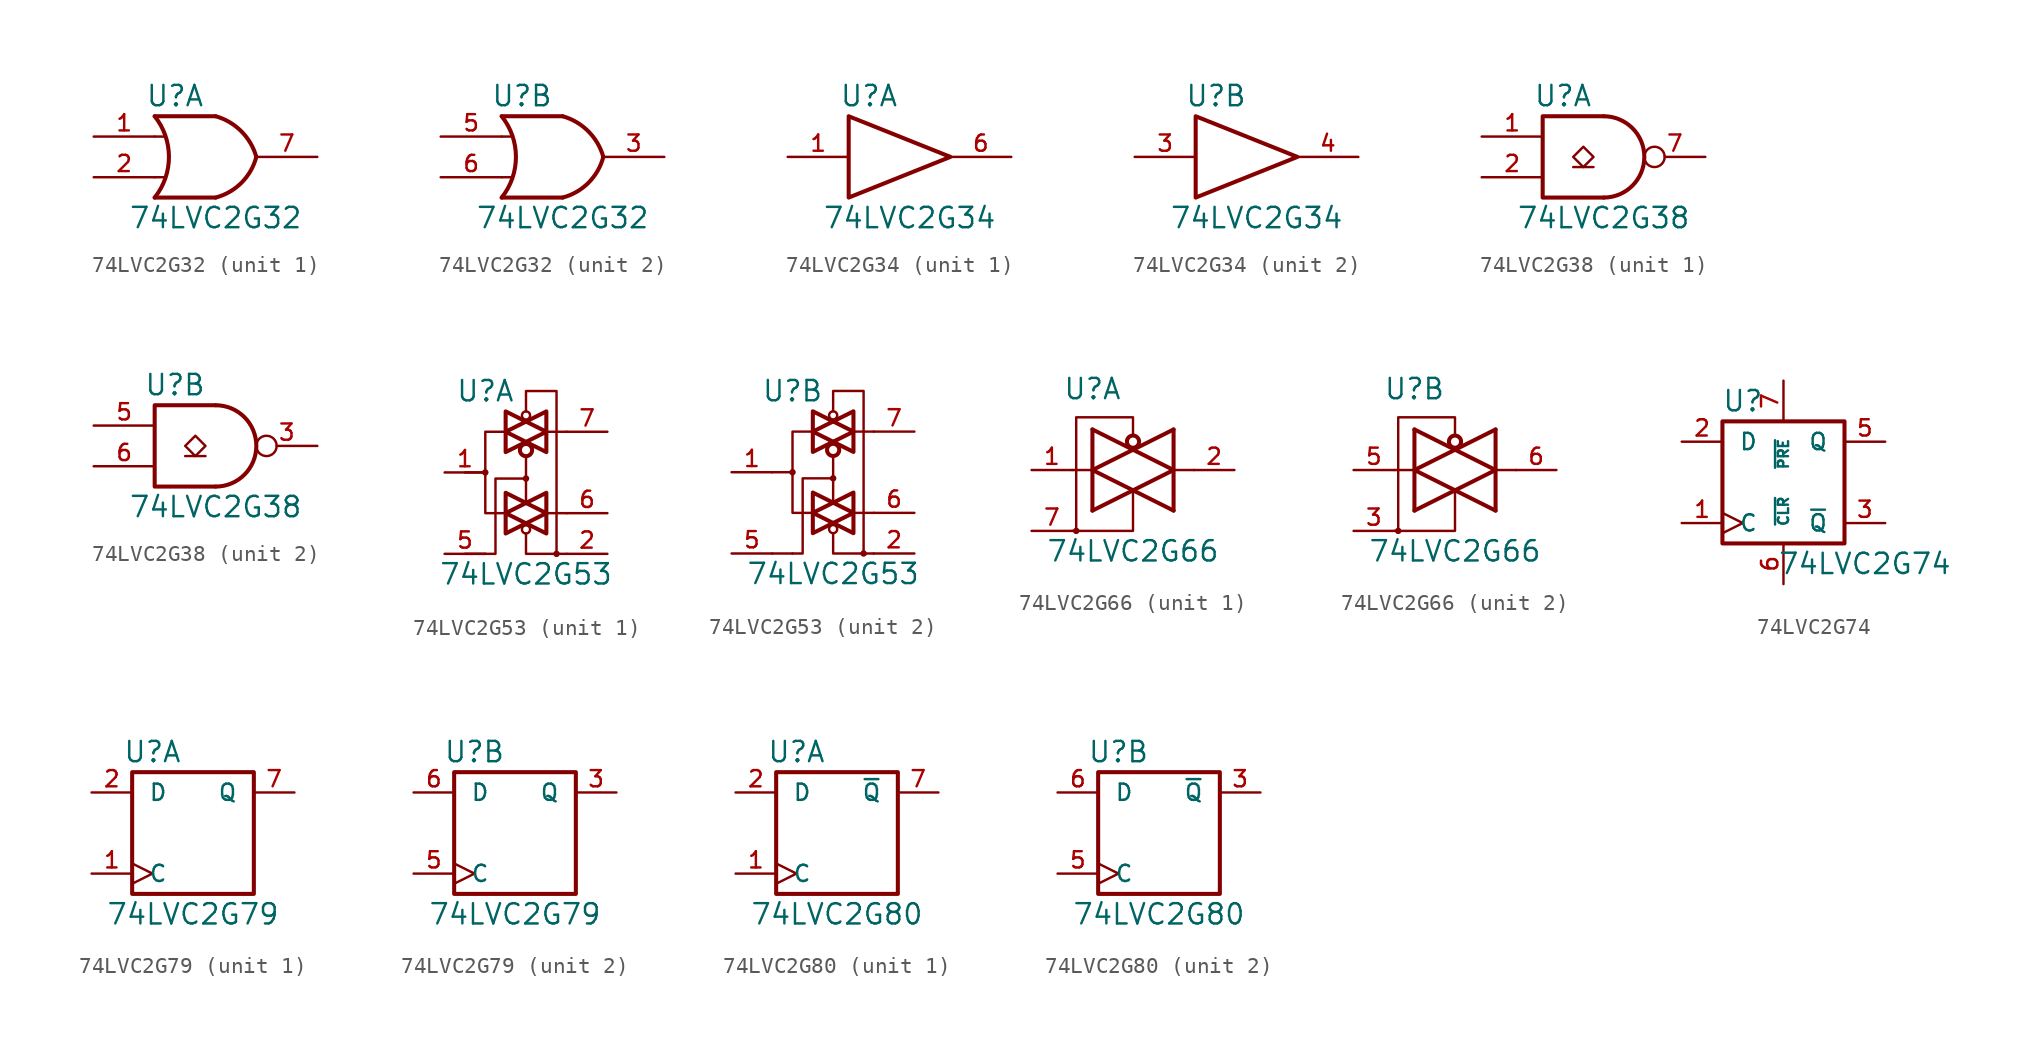
<source format=kicad_sym>
(kicad_symbol_lib
  (version 20200908)
  (generator kicad_symbol_editor)
  (symbol "74xGxx:74LVC2G32"
    (pin_names
      (offset 1.016))
    (property "Reference" "U"
      (at -2.54 3.81 0)
      (effects (font (size 1.27 1.27))))
    (property "Value" "74LVC2G32"
      (at 0 -3.81 0)
      (effects (font (size 1.27 1.27))))
    (symbol "74LVC2G32_0_1"
      (arc (start -3.81 2.54) (end -3.81 -2.54) (radius (at -6.985 0) (length 4.064) (angles 38.6 -38.6)) (stroke (width 0.254)) (fill (type none)))
      (arc (start 0 2.54) (end 2.54 0) (radius (at -0.9652 -0.9398) (length 3.6068) (angles 74.4 15)) (stroke (width 0.254)) (fill (type none)))
      (arc (start 0 -2.54) (end 2.54 0) (radius (at -0.9652 0.9398) (length 3.6068) (angles -74.4 -15)) (stroke (width 0.254)) (fill (type none)))
      (polyline (pts (xy -3.81 -1.27) (xy -3.175 -1.27)) (stroke (width 0)) (fill (type none)))
      (polyline (pts (xy -3.81 1.27) (xy -3.175 1.27)) (stroke (width 0)) (fill (type none)))
      (polyline (pts (xy 0 -2.54) (xy -3.81 -2.54)) (stroke (width 0.254)) (fill (type background)))
      (polyline (pts (xy 0 2.54) (xy -3.81 2.54)) (stroke (width 0.254)) (fill (type background)))
      (pin power_in line (at 0 -2.54 270) (length 0) hide (name "GND" (effects (font (size 1.016 1.016)))) (number "4" (effects (font (size 1.016 1.016)))))
      (pin power_in line (at 0 2.54 90) (length 0) hide (name "VCC" (effects (font (size 1.016 1.016)))) (number "8" (effects (font (size 1.016 1.016))))))
    (symbol "74LVC2G32_1_1"
      (pin input line (at -7.62 1.27 0) (length 3.81) (name "~" (effects (font (size 1.016 1.016)))) (number "1" (effects (font (size 1.016 1.016)))))
      (pin input line (at -7.62 -1.27 0) (length 3.81) (name "~" (effects (font (size 1.016 1.016)))) (number "2" (effects (font (size 1.016 1.016)))))
      (pin output line (at 6.35 0 180) (length 3.81) (name "~" (effects (font (size 1.016 1.016)))) (number "7" (effects (font (size 1.016 1.016))))))
    (symbol "74LVC2G32_2_1"
      (pin output line (at 6.35 0 180) (length 3.81) (name "~" (effects (font (size 1.016 1.016)))) (number "3" (effects (font (size 1.016 1.016)))))
      (pin input line (at -7.62 1.27 0) (length 3.81) (name "~" (effects (font (size 1.016 1.016)))) (number "5" (effects (font (size 1.016 1.016)))))
      (pin input line (at -7.62 -1.27 0) (length 3.81) (name "~" (effects (font (size 1.016 1.016)))) (number "6" (effects (font (size 1.016 1.016)))))))
  (symbol "74xGxx:74LVC2G34"
    (pin_names
      (offset 1.016))
    (property "Reference" "U"
      (at -2.54 3.81 0)
      (effects (font (size 1.27 1.27))))
    (property "Value" "74LVC2G34"
      (at 0 -3.81 0)
      (effects (font (size 1.27 1.27))))
    (symbol "74LVC2G34_0_1"
      (polyline (pts (xy -3.81 2.54) (xy -3.81 -2.54) (xy 2.54 0) (xy -3.81 2.54)) (stroke (width 0.254)) (fill (type none)))
      (pin power_in line (at 0 -2.54 270) (length 0) hide (name "GND" (effects (font (size 1.016 1.016)))) (number "2" (effects (font (size 1.016 1.016)))))
      (pin power_in line (at 0 2.54 90) (length 0) hide (name "VCC" (effects (font (size 1.016 1.016)))) (number "5" (effects (font (size 1.016 1.016))))))
    (symbol "74LVC2G34_1_1"
      (pin input line (at -7.62 0 0) (length 3.81) (name "~" (effects (font (size 1.016 1.016)))) (number "1" (effects (font (size 1.016 1.016)))))
      (pin output line (at 6.35 0 180) (length 3.81) (name "~" (effects (font (size 1.016 1.016)))) (number "6" (effects (font (size 1.016 1.016))))))
    (symbol "74LVC2G34_2_1"
      (pin input line (at -7.62 0 0) (length 3.81) (name "~" (effects (font (size 1.016 1.016)))) (number "3" (effects (font (size 1.016 1.016)))))
      (pin output line (at 6.35 0 180) (length 3.81) (name "~" (effects (font (size 1.016 1.016)))) (number "4" (effects (font (size 1.016 1.016)))))))
  (symbol "74xGxx:74LVC2G38"
    (pin_names
      (offset 1.016))
    (property "Reference" "U"
      (at -2.54 3.81 0)
      (effects (font (size 1.27 1.27))))
    (property "Value" "74LVC2G38"
      (at 0 -3.81 0)
      (effects (font (size 1.27 1.27))))
    (symbol "74LVC2G38_0_1"
      (arc (start 0 -2.54) (end 0 2.54) (radius (at 0 0) (length 2.54) (angles -89.9 89.9)) (stroke (width 0.254)) (fill (type none)))
      (polyline (pts (xy -1.905 -0.635) (xy -0.635 -0.635)) (stroke (width 0)) (fill (type none)))
      (polyline (pts (xy 0 -2.54) (xy -3.81 -2.54) (xy -3.81 2.54) (xy 0 2.54)) (stroke (width 0.254)) (fill (type none)))
      (polyline (pts (xy -1.27 0.635) (xy -1.905 0) (xy -1.27 -0.635) (xy -0.635 0) (xy -1.27 0.635)) (stroke (width 0)) (fill (type none)))
      (pin power_in line (at 0 -2.54 270) (length 0) hide (name "GND" (effects (font (size 1.016 1.016)))) (number "4" (effects (font (size 1.016 1.016)))))
      (pin power_in line (at 0 2.54 90) (length 0) hide (name "VCC" (effects (font (size 1.016 1.016)))) (number "8" (effects (font (size 1.016 1.016))))))
    (symbol "74LVC2G38_1_1"
      (pin input line (at -7.62 1.27 0) (length 3.81) (name "~" (effects (font (size 1.016 1.016)))) (number "1" (effects (font (size 1.016 1.016)))))
      (pin input line (at -7.62 -1.27 0) (length 3.81) (name "~" (effects (font (size 1.016 1.016)))) (number "2" (effects (font (size 1.016 1.016)))))
      (pin open_collector inverted (at 6.35 0 180) (length 3.81) (name "~" (effects (font (size 1.016 1.016)))) (number "7" (effects (font (size 1.016 1.016))))))
    (symbol "74LVC2G38_2_1"
      (pin open_collector inverted (at 6.35 0 180) (length 3.81) (name "~" (effects (font (size 1.016 1.016)))) (number "3" (effects (font (size 1.016 1.016)))))
      (pin input line (at -7.62 1.27 0) (length 3.81) (name "~" (effects (font (size 1.016 1.016)))) (number "5" (effects (font (size 1.016 1.016)))))
      (pin input line (at -7.62 -1.27 0) (length 3.81) (name "~" (effects (font (size 1.016 1.016)))) (number "6" (effects (font (size 1.016 1.016)))))))
  (symbol "74xGxx:74LVC2G53"
    (pin_names
      (offset 1.016))
    (property "Reference" "U"
      (at -2.54 5.08 0)
      (effects (font (size 1.27 1.27))))
    (property "Value" "74LVC2G53"
      (at 0 -6.35 0)
      (effects (font (size 1.27 1.27))))
    (symbol "74LVC2G53_0_1"
      (circle (center -2.54 0) (radius 0.127) (stroke (width 0)) (fill (type none)))
      (circle (center 0 -3.556) (radius 0.254) (stroke (width 0)) (fill (type none)))
      (circle (center 0 -0.381) (radius 0.127) (stroke (width 0)) (fill (type none)))
      (circle (center 0 1.397) (radius 0.381) (stroke (width 0.254)) (fill (type none)))
      (circle (center 0 3.556) (radius 0.254) (stroke (width 0)) (fill (type none)))
      (circle (center 1.905 -5.08) (radius 0.127) (stroke (width 0)) (fill (type none)))
      (polyline (pts (xy -3.81 -5.08) (xy -2.54 -5.08)) (stroke (width 0)) (fill (type none)))
      (polyline (pts (xy -3.81 0) (xy -2.54 0)) (stroke (width 0)) (fill (type none)))
      (polyline (pts (xy 2.54 -2.54) (xy 1.27 -2.54)) (stroke (width 0)) (fill (type none)))
      (polyline (pts (xy 2.54 2.54) (xy 1.27 2.54)) (stroke (width 0)) (fill (type none)))
      (polyline (pts (xy 0 -3.81) (xy 0 -5.08) (xy 2.54 -5.08)) (stroke (width 0)) (fill (type none)))
      (polyline (pts (xy 0 1.016) (xy 0 0) (xy 0 -1.905)) (stroke (width 0)) (fill (type none)))
      (polyline (pts (xy -1.27 -2.54) (xy 0 -3.175) (xy -1.27 -3.81) (xy -1.27 -2.54)) (stroke (width 0.254)) (fill (type none)))
      (polyline (pts (xy -1.27 -1.27) (xy -1.27 -2.54) (xy 0 -1.905) (xy -1.27 -1.27)) (stroke (width 0.254)) (fill (type none)))
      (polyline (pts (xy -1.27 2.54) (xy 0 1.905) (xy -1.27 1.27) (xy -1.27 2.54)) (stroke (width 0.254)) (fill (type none)))
      (polyline (pts (xy -1.27 3.81) (xy 0 3.175) (xy -1.27 2.54) (xy -1.27 3.81)) (stroke (width 0.254)) (fill (type none)))
      (polyline (pts (xy 0 -0.381) (xy -1.905 -0.381) (xy -1.905 -5.08) (xy -2.54 -5.08)) (stroke (width 0)) (fill (type none)))
      (polyline (pts (xy 1.27 -2.54) (xy 0 -3.175) (xy 1.27 -3.81) (xy 1.27 -2.54)) (stroke (width 0.254)) (fill (type none)))
      (polyline (pts (xy 1.27 -1.27) (xy 1.27 -2.54) (xy 0 -1.905) (xy 1.27 -1.27)) (stroke (width 0.254)) (fill (type none)))
      (polyline (pts (xy 1.27 2.54) (xy 1.27 1.27) (xy 0 1.905) (xy 1.27 2.54)) (stroke (width 0.254)) (fill (type none)))
      (polyline (pts (xy 1.27 2.54) (xy 1.27 3.81) (xy 0 3.175) (xy 1.27 2.54)) (stroke (width 0.254)) (fill (type none)))
      (polyline (pts (xy 1.905 -5.08) (xy 1.905 5.08) (xy 0 5.08) (xy 0 3.81)) (stroke (width 0)) (fill (type none)))
      (polyline (pts (xy -1.27 2.54) (xy -2.54 2.54) (xy -2.54 0) (xy -2.54 -2.54) (xy -1.27 -2.54)) (stroke (width 0)) (fill (type none)))
      (pin power_in line (at -1.27 -5.08 270) (length 0) hide (name "GND" (effects (font (size 1.016 1.016)))) (number "4" (effects (font (size 1.016 1.016)))))
      (pin power_in line (at 0 5.08 90) (length 0) hide (name "VCC" (effects (font (size 1.016 1.016)))) (number "8" (effects (font (size 1.016 1.016))))))
    (symbol "74LVC2G53_1_1"
      (pin bidirectional line (at -5.08 0 0) (length 2.54) (name "~" (effects (font (size 1.016 1.016)))) (number "1" (effects (font (size 1.016 1.016)))))
      (pin bidirectional line (at 5.08 -5.08 180) (length 2.54) (name "~" (effects (font (size 1.016 1.016)))) (number "2" (effects (font (size 1.016 1.016)))))
      (pin power_in line (at 1.27 -5.08 270) (length 0) hide (name "GND" (effects (font (size 1.016 1.016)))) (number "3" (effects (font (size 1.016 1.016)))))
      (pin input line (at -5.08 -5.08 0) (length 2.54) (name "~" (effects (font (size 1.016 1.016)))) (number "5" (effects (font (size 1.016 1.016)))))
      (pin bidirectional line (at 5.08 -2.54 180) (length 2.54) (name "~" (effects (font (size 1.016 1.016)))) (number "6" (effects (font (size 1.016 1.016)))))
      (pin bidirectional line (at 5.08 2.54 180) (length 2.54) (name "~" (effects (font (size 1.016 1.016)))) (number "7" (effects (font (size 1.016 1.016))))))
    (symbol "74LVC2G53_2_1"
      (pin bidirectional line (at -6.35 0 0) (length 2.54) (name "~" (effects (font (size 1.016 1.016)))) (number "1" (effects (font (size 1.016 1.016)))))
      (pin input line (at 5.08 -5.08 180) (length 2.54) (name "~" (effects (font (size 1.016 1.016)))) (number "2" (effects (font (size 1.016 1.016)))))
      (pin input line (at -6.35 -5.08 0) (length 2.54) (name "~" (effects (font (size 1.016 1.016)))) (number "5" (effects (font (size 1.016 1.016)))))
      (pin bidirectional line (at 5.08 -2.54 180) (length 2.54) (name "~" (effects (font (size 1.016 1.016)))) (number "6" (effects (font (size 1.016 1.016)))))
      (pin bidirectional line (at 5.08 2.54 180) (length 2.54) (name "~" (effects (font (size 1.016 1.016)))) (number "7" (effects (font (size 1.016 1.016)))))))
  (symbol "74xGxx:74LVC2G66"
    (pin_names
      (offset 1.016))
    (property "Reference" "U"
      (at -2.54 5.08 0)
      (effects (font (size 1.27 1.27))))
    (property "Value" "74LVC2G66"
      (at 0 -5.08 0)
      (effects (font (size 1.27 1.27))))
    (symbol "74LVC2G66_0_1"
      (circle (center -3.556 -3.81) (radius 0.127) (stroke (width 0)) (fill (type none)))
      (circle (center 0 1.778) (radius 0.381) (stroke (width 0.254)) (fill (type none)))
      (polyline (pts (xy -3.81 0) (xy -2.54 0)) (stroke (width 0)) (fill (type none)))
      (polyline (pts (xy -2.54 2.54) (xy -2.54 -2.54)) (stroke (width 0.254)) (fill (type none)))
      (polyline (pts (xy 2.54 0) (xy 3.81 0)) (stroke (width 0)) (fill (type none)))
      (polyline (pts (xy 2.54 2.54) (xy 2.54 -2.54)) (stroke (width 0.254)) (fill (type none)))
      (polyline (pts (xy -3.81 -3.81) (xy 0 -3.81) (xy 0 -1.27)) (stroke (width 0)) (fill (type none)))
      (polyline (pts (xy -2.54 -2.54) (xy 2.54 0) (xy -2.54 2.54)) (stroke (width 0.254)) (fill (type none)))
      (polyline (pts (xy 2.54 2.54) (xy -2.54 0) (xy 2.54 -2.54)) (stroke (width 0.254)) (fill (type none)))
      (polyline (pts (xy 0 2.159) (xy 0 3.302) (xy -3.556 3.302) (xy -3.556 -3.81)) (stroke (width 0)) (fill (type none)))
      (pin power_in line (at 1.27 -3.81 270) (length 0) hide (name "GND" (effects (font (size 1.016 1.016)))) (number "4" (effects (font (size 1.016 1.016)))))
      (pin power_in line (at 1.27 3.81 90) (length 0) hide (name "VCC" (effects (font (size 1.016 1.016)))) (number "8" (effects (font (size 1.016 1.016))))))
    (symbol "74LVC2G66_1_1"
      (pin input line (at -6.35 0 0) (length 2.54) (name "~" (effects (font (size 1.016 1.016)))) (number "1" (effects (font (size 1.016 1.016)))))
      (pin tri_state line (at 6.35 0 180) (length 2.54) (name "~" (effects (font (size 1.016 1.016)))) (number "2" (effects (font (size 1.016 1.016)))))
      (pin input line (at -6.35 -3.81 0) (length 2.54) (name "~" (effects (font (size 1.016 1.016)))) (number "7" (effects (font (size 1.016 1.016))))))
    (symbol "74LVC2G66_2_1"
      (pin input line (at -6.35 -3.81 0) (length 2.54) (name "~" (effects (font (size 1.016 1.016)))) (number "3" (effects (font (size 1.016 1.016)))))
      (pin input line (at -6.35 0 0) (length 2.54) (name "~" (effects (font (size 1.016 1.016)))) (number "5" (effects (font (size 1.016 1.016)))))
      (pin tri_state line (at 6.35 0 180) (length 2.54) (name "~" (effects (font (size 1.016 1.016)))) (number "6" (effects (font (size 1.016 1.016)))))))
  (symbol "74xGxx:74LVC2G74"
    (pin_names
      (offset 1.016))
    (property "Reference" "U"
      (at -2.54 5.08 0)
      (effects (font (size 1.27 1.27))))
    (property "Value" "74LVC2G74"
      (at 5.08 -5.08 0)
      (effects (font (size 1.27 1.27))))
    (symbol "74LVC2G74_0_1"
      (rectangle (start -3.81 3.81) (end 3.81 -3.81) (stroke (width 0.254)) (fill (type none))))
    (symbol "74LVC2G74_1_1"
      (pin input clock (at -6.35 -2.54 0) (length 2.54) (name "C" (effects (font (size 1.016 1.016)))) (number "1" (effects (font (size 1.016 1.016)))))
      (pin input line (at -6.35 2.54 0) (length 2.54) (name "D" (effects (font (size 1.016 1.016)))) (number "2" (effects (font (size 1.016 1.016)))))
      (pin output line (at 6.35 -2.54 180) (length 2.54) (name "~Q" (effects (font (size 1.016 1.016)))) (number "3" (effects (font (size 1.016 1.016)))))
      (pin power_in line (at -3.81 -3.81 270) (length 0) hide (name "GND" (effects (font (size 1.016 1.016)))) (number "4" (effects (font (size 1.016 1.016)))))
      (pin output line (at 6.35 2.54 180) (length 2.54) (name "Q" (effects (font (size 1.016 1.016)))) (number "5" (effects (font (size 1.016 1.016)))))
      (pin input line (at 0 -6.35 90) (length 2.54) (name "~CLR" (effects (font (size 0.635 0.635)))) (number "6" (effects (font (size 1.016 1.016)))))
      (pin input line (at 0 6.35 270) (length 2.54) (name "~PRE" (effects (font (size 0.635 0.635)))) (number "7" (effects (font (size 1.016 1.016)))))
      (pin power_in line (at -3.81 3.81 90) (length 0) hide (name "VCC" (effects (font (size 1.016 1.016)))) (number "8" (effects (font (size 1.016 1.016)))))))
  (symbol "74xGxx:74LVC2G79"
    (pin_names
      (offset 1.016))
    (property "Reference" "U"
      (at -2.54 5.08 0)
      (effects (font (size 1.27 1.27))))
    (property "Value" "74LVC2G79"
      (at 0 -5.08 0)
      (effects (font (size 1.27 1.27))))
    (symbol "74LVC2G79_0_1"
      (rectangle (start -3.81 3.81) (end 3.81 -3.81) (stroke (width 0.254)) (fill (type none)))
      (pin power_in line (at 0 -3.81 270) (length 0) hide (name "GND" (effects (font (size 1.016 1.016)))) (number "4" (effects (font (size 1.016 1.016)))))
      (pin power_in line (at 0 3.81 90) (length 0) hide (name "VCC" (effects (font (size 1.016 1.016)))) (number "8" (effects (font (size 1.016 1.016))))))
    (symbol "74LVC2G79_1_1"
      (pin input clock (at -6.35 -2.54 0) (length 2.54) (name "C" (effects (font (size 1.016 1.016)))) (number "1" (effects (font (size 1.016 1.016)))))
      (pin input line (at -6.35 2.54 0) (length 2.54) (name "D" (effects (font (size 1.016 1.016)))) (number "2" (effects (font (size 1.016 1.016)))))
      (pin output line (at 6.35 2.54 180) (length 2.54) (name "Q" (effects (font (size 1.016 1.016)))) (number "7" (effects (font (size 1.016 1.016))))))
    (symbol "74LVC2G79_2_1"
      (pin output line (at 6.35 2.54 180) (length 2.54) (name "Q" (effects (font (size 1.016 1.016)))) (number "3" (effects (font (size 1.016 1.016)))))
      (pin input clock (at -6.35 -2.54 0) (length 2.54) (name "C" (effects (font (size 1.016 1.016)))) (number "5" (effects (font (size 1.016 1.016)))))
      (pin input line (at -6.35 2.54 0) (length 2.54) (name "D" (effects (font (size 1.016 1.016)))) (number "6" (effects (font (size 1.016 1.016)))))))
  (symbol "74xGxx:74LVC2G80"
    (pin_names
      (offset 1.016))
    (property "Reference" "U"
      (at -2.54 5.08 0)
      (effects (font (size 1.27 1.27))))
    (property "Value" "74LVC2G80"
      (at 0 -5.08 0)
      (effects (font (size 1.27 1.27))))
    (symbol "74LVC2G80_0_1"
      (rectangle (start -3.81 3.81) (end 3.81 -3.81) (stroke (width 0.254)) (fill (type none)))
      (pin power_in line (at 0 -3.81 270) (length 0) hide (name "GND" (effects (font (size 1.016 1.016)))) (number "4" (effects (font (size 1.016 1.016)))))
      (pin power_in line (at 0 3.81 90) (length 0) hide (name "VCC" (effects (font (size 1.016 1.016)))) (number "8" (effects (font (size 1.016 1.016))))))
    (symbol "74LVC2G80_1_1"
      (pin input clock (at -6.35 -2.54 0) (length 2.54) (name "C" (effects (font (size 1.016 1.016)))) (number "1" (effects (font (size 1.016 1.016)))))
      (pin input line (at -6.35 2.54 0) (length 2.54) (name "D" (effects (font (size 1.016 1.016)))) (number "2" (effects (font (size 1.016 1.016)))))
      (pin output line (at 6.35 2.54 180) (length 2.54) (name "~Q" (effects (font (size 1.016 1.016)))) (number "7" (effects (font (size 1.016 1.016))))))
    (symbol "74LVC2G80_2_1"
      (pin output line (at 6.35 2.54 180) (length 2.54) (name "~Q" (effects (font (size 1.016 1.016)))) (number "3" (effects (font (size 1.016 1.016)))))
      (pin input clock (at -6.35 -2.54 0) (length 2.54) (name "C" (effects (font (size 1.016 1.016)))) (number "5" (effects (font (size 1.016 1.016)))))
      (pin input line (at -6.35 2.54 0) (length 2.54) (name "D" (effects (font (size 1.016 1.016)))) (number "6" (effects (font (size 1.016 1.016))))))))
</source>
